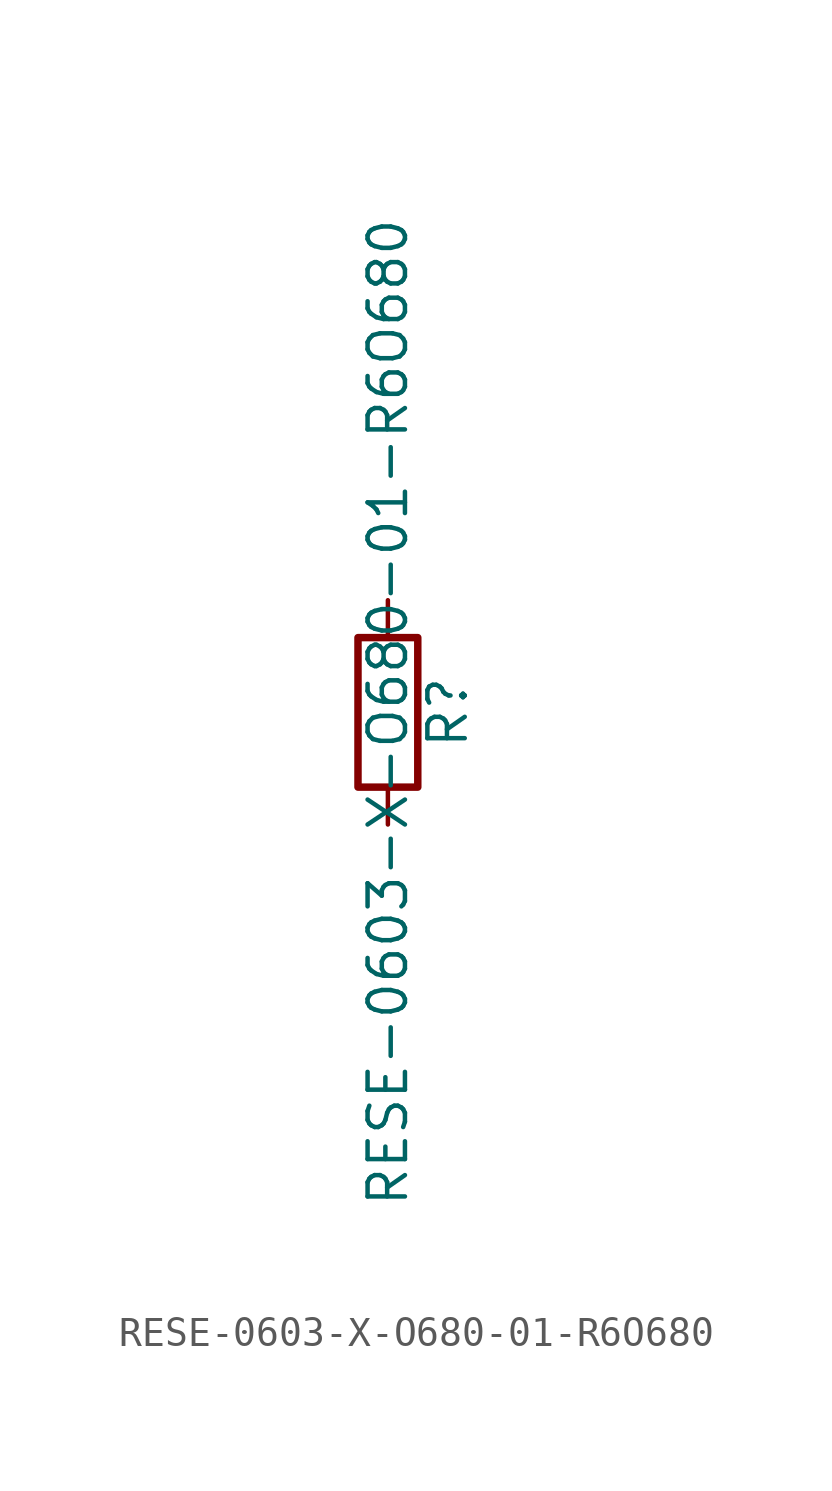
<source format=kicad_sym>
(kicad_symbol_lib
  (version 20211014)
  (generator kicad_symbol_editor)
  (symbol "RESE-0603-X-O680-01-R6O680"
    (pin_numbers hide)
    (pin_names
      (offset 0))
    (property "Reference" "R"
      (at 2.032 0 90)
      (effects (font (size 1.27 1.27))))
    (property "Value" "RESE-0603-X-O680-01-R6O680"
      (at 0 0 90)
      (effects (font (size 1.27 1.27))))
    (symbol "RESE-0603-X-O680-01-R6O680_0_1"
      (rectangle (start -1.016 -2.54) (end 1.016 2.54) (stroke (width 0.254) (type default) (color 0 0 0 0)) (fill (type none))))
    (symbol "RESE-0603-X-O680-01-R6O680_1_1"
      (pin passive line (at 0 3.81 270) (length 1.27) (name "~" (effects (font (size 1.27 1.27)))) (number "1" (effects (font (size 1.27 1.27)))))
      (pin passive line (at 0 -3.81 90) (length 1.27) (name "~" (effects (font (size 1.27 1.27)))) (number "2" (effects (font (size 1.27 1.27))))))))
</source>
